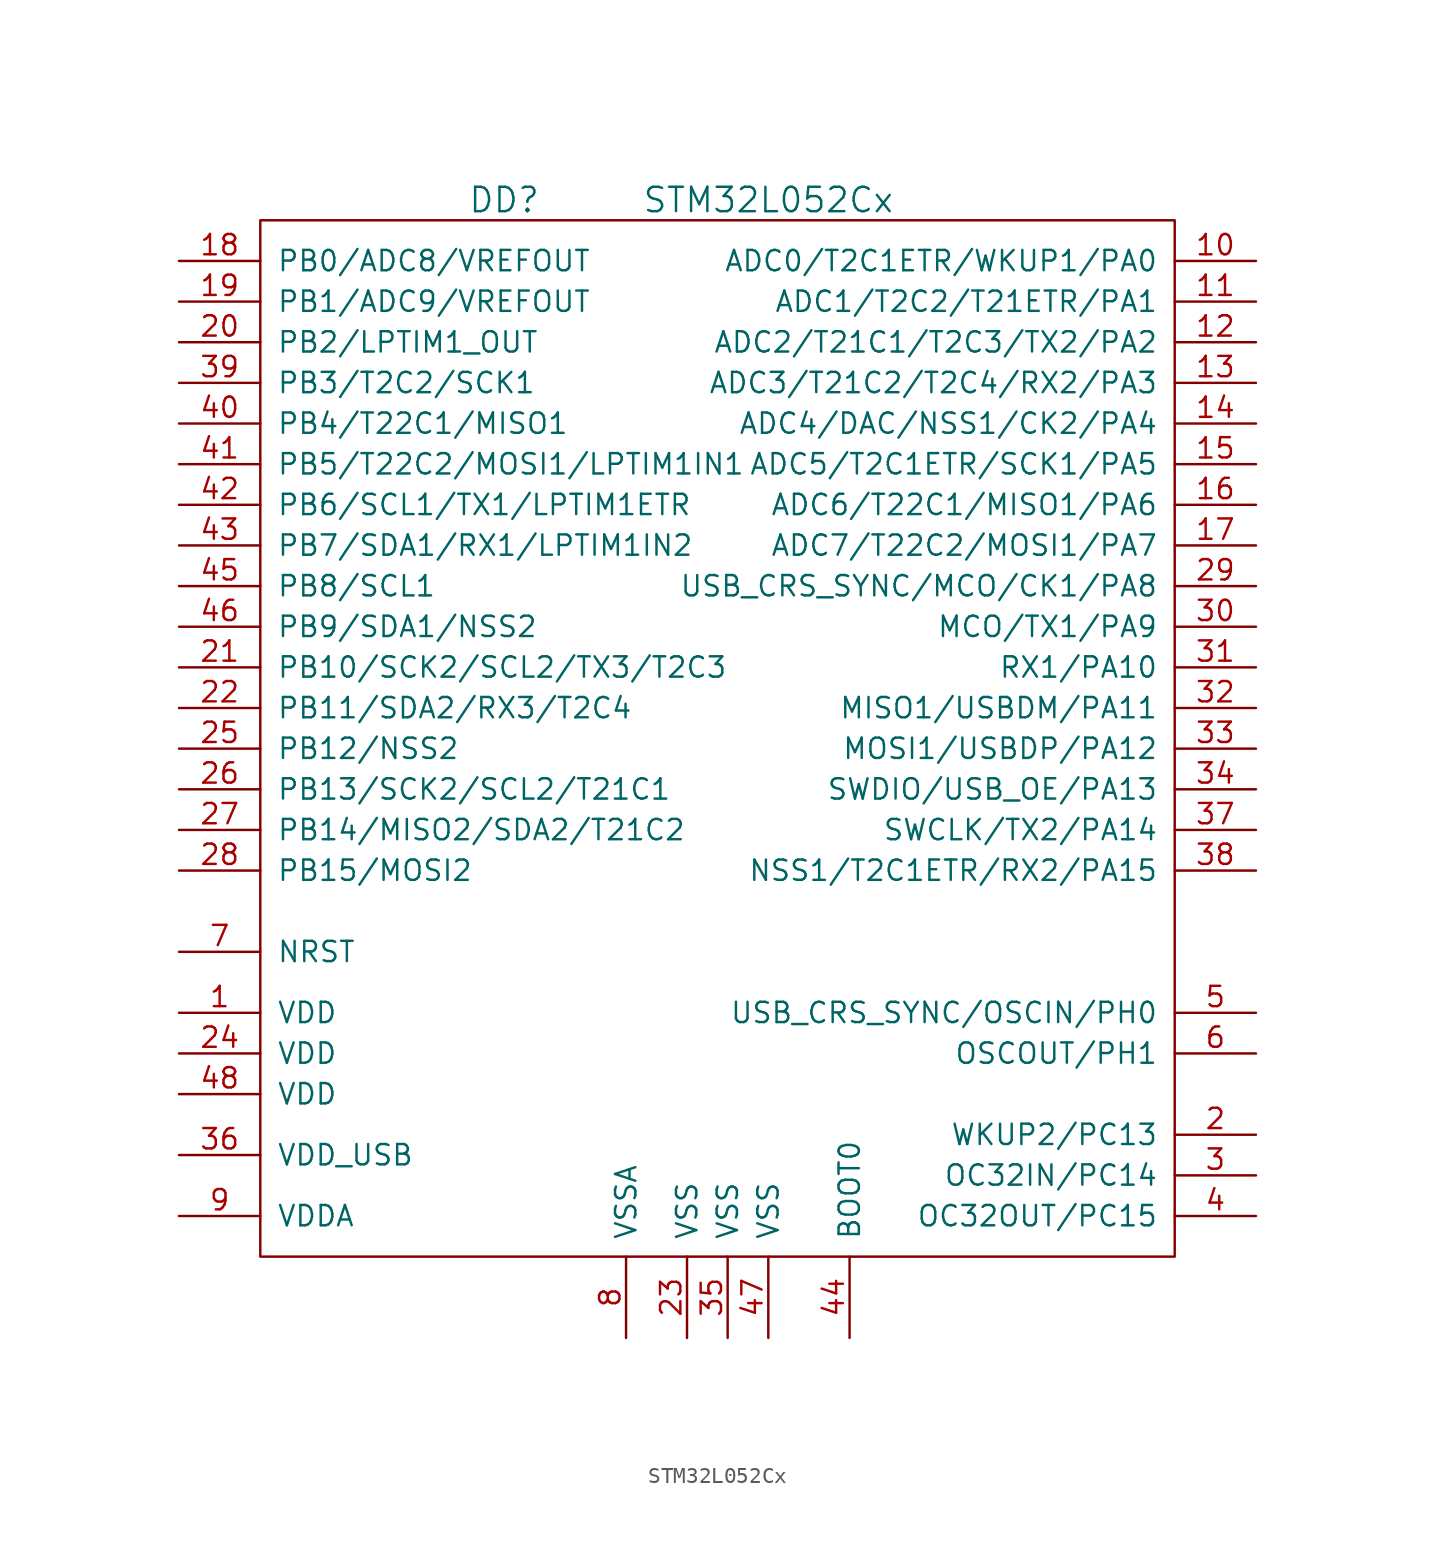
<source format=kicad_sym>
(kicad_symbol_lib
  (version 20201005)
  (generator kicad_symbol_editor)
  (symbol "st_kl:STM32L052Cx"
    (pin_names
      (offset 1.016))
    (property "Reference" "DD"
      (at -12.7 34.29 0)
      (effects (font (size 1.524 1.524))))
    (property "Value" "STM32L052Cx"
      (at 3.81 34.29 0)
      (effects (font (size 1.524 1.524))))
    (property "Footprint" ""
      (at 0 0 0)
      (effects (font (size 1.524 1.524))))
    (property "Datasheet" ""
      (at 0 0 0)
      (effects (font (size 1.524 1.524))))
    (symbol "STM32L052Cx_0_1"
      (rectangle (start 29.21 33.02) (end -27.94 -31.75) (stroke (width 0)) (fill (type none))))
    (symbol "STM32L052Cx_1_1"
      (pin power_in line (at -33.02 -16.51 0) (length 5.08) (name "VDD" (effects (font (size 1.27 1.27)))) (number "1" (effects (font (size 1.27 1.27)))))
      (pin passive line (at 34.29 30.48 180) (length 5.08) (name "ADC0/T2C1ETR/WKUP1/PA0" (effects (font (size 1.27 1.27)))) (number "10" (effects (font (size 1.27 1.27)))))
      (pin passive line (at 34.29 27.94 180) (length 5.08) (name "ADC1/T2C2/T21ETR/PA1" (effects (font (size 1.27 1.27)))) (number "11" (effects (font (size 1.27 1.27)))))
      (pin passive line (at 34.29 25.4 180) (length 5.08) (name "ADC2/T21C1/T2C3/TX2/PA2" (effects (font (size 1.27 1.27)))) (number "12" (effects (font (size 1.27 1.27)))))
      (pin passive line (at 34.29 22.86 180) (length 5.08) (name "ADC3/T21C2/T2C4/RX2/PA3" (effects (font (size 1.27 1.27)))) (number "13" (effects (font (size 1.27 1.27)))))
      (pin passive line (at 34.29 20.32 180) (length 5.08) (name "ADC4/DAC/NSS1/CK2/PA4" (effects (font (size 1.27 1.27)))) (number "14" (effects (font (size 1.27 1.27)))))
      (pin passive line (at 34.29 17.78 180) (length 5.08) (name "ADC5/T2C1ETR/SCK1/PA5" (effects (font (size 1.27 1.27)))) (number "15" (effects (font (size 1.27 1.27)))))
      (pin passive line (at 34.29 15.24 180) (length 5.08) (name "ADC6/T22C1/MISO1/PA6" (effects (font (size 1.27 1.27)))) (number "16" (effects (font (size 1.27 1.27)))))
      (pin passive line (at 34.29 12.7 180) (length 5.08) (name "ADC7/T22C2/MOSI1/PA7" (effects (font (size 1.27 1.27)))) (number "17" (effects (font (size 1.27 1.27)))))
      (pin passive line (at -33.02 30.48 0) (length 5.08) (name "PB0/ADC8/VREFOUT" (effects (font (size 1.27 1.27)))) (number "18" (effects (font (size 1.27 1.27)))))
      (pin passive line (at -33.02 27.94 0) (length 5.08) (name "PB1/ADC9/VREFOUT" (effects (font (size 1.27 1.27)))) (number "19" (effects (font (size 1.27 1.27)))))
      (pin passive line (at 34.29 -24.13 180) (length 5.08) (name "WKUP2/PC13" (effects (font (size 1.27 1.27)))) (number "2" (effects (font (size 1.27 1.27)))))
      (pin passive line (at -33.02 25.4 0) (length 5.08) (name "PB2/LPTIM1_OUT" (effects (font (size 1.27 1.27)))) (number "20" (effects (font (size 1.27 1.27)))))
      (pin passive line (at -33.02 5.08 0) (length 5.08) (name "PB10/SCK2/SCL2/TX3/T2C3" (effects (font (size 1.27 1.27)))) (number "21" (effects (font (size 1.27 1.27)))))
      (pin passive line (at -33.02 2.54 0) (length 5.08) (name "PB11/SDA2/RX3/T2C4" (effects (font (size 1.27 1.27)))) (number "22" (effects (font (size 1.27 1.27)))))
      (pin power_in line (at -1.27 -36.83 90) (length 5.08) (name "VSS" (effects (font (size 1.27 1.27)))) (number "23" (effects (font (size 1.27 1.27)))))
      (pin power_in line (at -33.02 -19.05 0) (length 5.08) (name "VDD" (effects (font (size 1.27 1.27)))) (number "24" (effects (font (size 1.27 1.27)))))
      (pin passive line (at -33.02 0 0) (length 5.08) (name "PB12/NSS2" (effects (font (size 1.27 1.27)))) (number "25" (effects (font (size 1.27 1.27)))))
      (pin passive line (at -33.02 -2.54 0) (length 5.08) (name "PB13/SCK2/SCL2/T21C1" (effects (font (size 1.27 1.27)))) (number "26" (effects (font (size 1.27 1.27)))))
      (pin passive line (at -33.02 -5.08 0) (length 5.08) (name "PB14/MISO2/SDA2/T21C2" (effects (font (size 1.27 1.27)))) (number "27" (effects (font (size 1.27 1.27)))))
      (pin passive line (at -33.02 -7.62 0) (length 5.08) (name "PB15/MOSI2" (effects (font (size 1.27 1.27)))) (number "28" (effects (font (size 1.27 1.27)))))
      (pin passive line (at 34.29 10.16 180) (length 5.08) (name "USB_CRS_SYNC/MCO/CK1/PA8" (effects (font (size 1.27 1.27)))) (number "29" (effects (font (size 1.27 1.27)))))
      (pin passive line (at 34.29 -26.67 180) (length 5.08) (name "OC32IN/PC14" (effects (font (size 1.27 1.27)))) (number "3" (effects (font (size 1.27 1.27)))))
      (pin passive line (at 34.29 7.62 180) (length 5.08) (name "MCO/TX1/PA9" (effects (font (size 1.27 1.27)))) (number "30" (effects (font (size 1.27 1.27)))))
      (pin passive line (at 34.29 5.08 180) (length 5.08) (name "RX1/PA10" (effects (font (size 1.27 1.27)))) (number "31" (effects (font (size 1.27 1.27)))))
      (pin passive line (at 34.29 2.54 180) (length 5.08) (name "MISO1/USBDM/PA11" (effects (font (size 1.27 1.27)))) (number "32" (effects (font (size 1.27 1.27)))))
      (pin passive line (at 34.29 0 180) (length 5.08) (name "MOSI1/USBDP/PA12" (effects (font (size 1.27 1.27)))) (number "33" (effects (font (size 1.27 1.27)))))
      (pin passive line (at 34.29 -2.54 180) (length 5.08) (name "SWDIO/USB_OE/PA13" (effects (font (size 1.27 1.27)))) (number "34" (effects (font (size 1.27 1.27)))))
      (pin power_in line (at 1.27 -36.83 90) (length 5.08) (name "VSS" (effects (font (size 1.27 1.27)))) (number "35" (effects (font (size 1.27 1.27)))))
      (pin power_in line (at -33.02 -25.4 0) (length 5.08) (name "VDD_USB" (effects (font (size 1.27 1.27)))) (number "36" (effects (font (size 1.27 1.27)))))
      (pin passive line (at 34.29 -5.08 180) (length 5.08) (name "SWCLK/TX2/PA14" (effects (font (size 1.27 1.27)))) (number "37" (effects (font (size 1.27 1.27)))))
      (pin passive line (at 34.29 -7.62 180) (length 5.08) (name "NSS1/T2C1ETR/RX2/PA15" (effects (font (size 1.27 1.27)))) (number "38" (effects (font (size 1.27 1.27)))))
      (pin passive line (at -33.02 22.86 0) (length 5.08) (name "PB3/T2C2/SCK1" (effects (font (size 1.27 1.27)))) (number "39" (effects (font (size 1.27 1.27)))))
      (pin passive line (at 34.29 -29.21 180) (length 5.08) (name "OC32OUT/PC15" (effects (font (size 1.27 1.27)))) (number "4" (effects (font (size 1.27 1.27)))))
      (pin passive line (at -33.02 20.32 0) (length 5.08) (name "PB4/T22C1/MISO1" (effects (font (size 1.27 1.27)))) (number "40" (effects (font (size 1.27 1.27)))))
      (pin passive line (at -33.02 17.78 0) (length 5.08) (name "PB5/T22C2/MOSI1/LPTIM1IN1" (effects (font (size 1.27 1.27)))) (number "41" (effects (font (size 1.27 1.27)))))
      (pin passive line (at -33.02 15.24 0) (length 5.08) (name "PB6/SCL1/TX1/LPTIM1ETR" (effects (font (size 1.27 1.27)))) (number "42" (effects (font (size 1.27 1.27)))))
      (pin passive line (at -33.02 12.7 0) (length 5.08) (name "PB7/SDA1/RX1/LPTIM1IN2" (effects (font (size 1.27 1.27)))) (number "43" (effects (font (size 1.27 1.27)))))
      (pin passive line (at 8.89 -36.83 90) (length 5.08) (name "BOOT0" (effects (font (size 1.27 1.27)))) (number "44" (effects (font (size 1.27 1.27)))))
      (pin passive line (at -33.02 10.16 0) (length 5.08) (name "PB8/SCL1" (effects (font (size 1.27 1.27)))) (number "45" (effects (font (size 1.27 1.27)))))
      (pin passive line (at -33.02 7.62 0) (length 5.08) (name "PB9/SDA1/NSS2" (effects (font (size 1.27 1.27)))) (number "46" (effects (font (size 1.27 1.27)))))
      (pin power_in line (at 3.81 -36.83 90) (length 5.08) (name "VSS" (effects (font (size 1.27 1.27)))) (number "47" (effects (font (size 1.27 1.27)))))
      (pin power_in line (at -33.02 -21.59 0) (length 5.08) (name "VDD" (effects (font (size 1.27 1.27)))) (number "48" (effects (font (size 1.27 1.27)))))
      (pin passive line (at 34.29 -16.51 180) (length 5.08) (name "USB_CRS_SYNC/OSCIN/PH0" (effects (font (size 1.27 1.27)))) (number "5" (effects (font (size 1.27 1.27)))))
      (pin passive line (at 34.29 -19.05 180) (length 5.08) (name "OSCOUT/PH1" (effects (font (size 1.27 1.27)))) (number "6" (effects (font (size 1.27 1.27)))))
      (pin passive line (at -33.02 -12.7 0) (length 5.08) (name "NRST" (effects (font (size 1.27 1.27)))) (number "7" (effects (font (size 1.27 1.27)))))
      (pin power_in line (at -5.08 -36.83 90) (length 5.08) (name "VSSA" (effects (font (size 1.27 1.27)))) (number "8" (effects (font (size 1.27 1.27)))))
      (pin power_in line (at -33.02 -29.21 0) (length 5.08) (name "VDDA" (effects (font (size 1.27 1.27)))) (number "9" (effects (font (size 1.27 1.27))))))))
</source>
